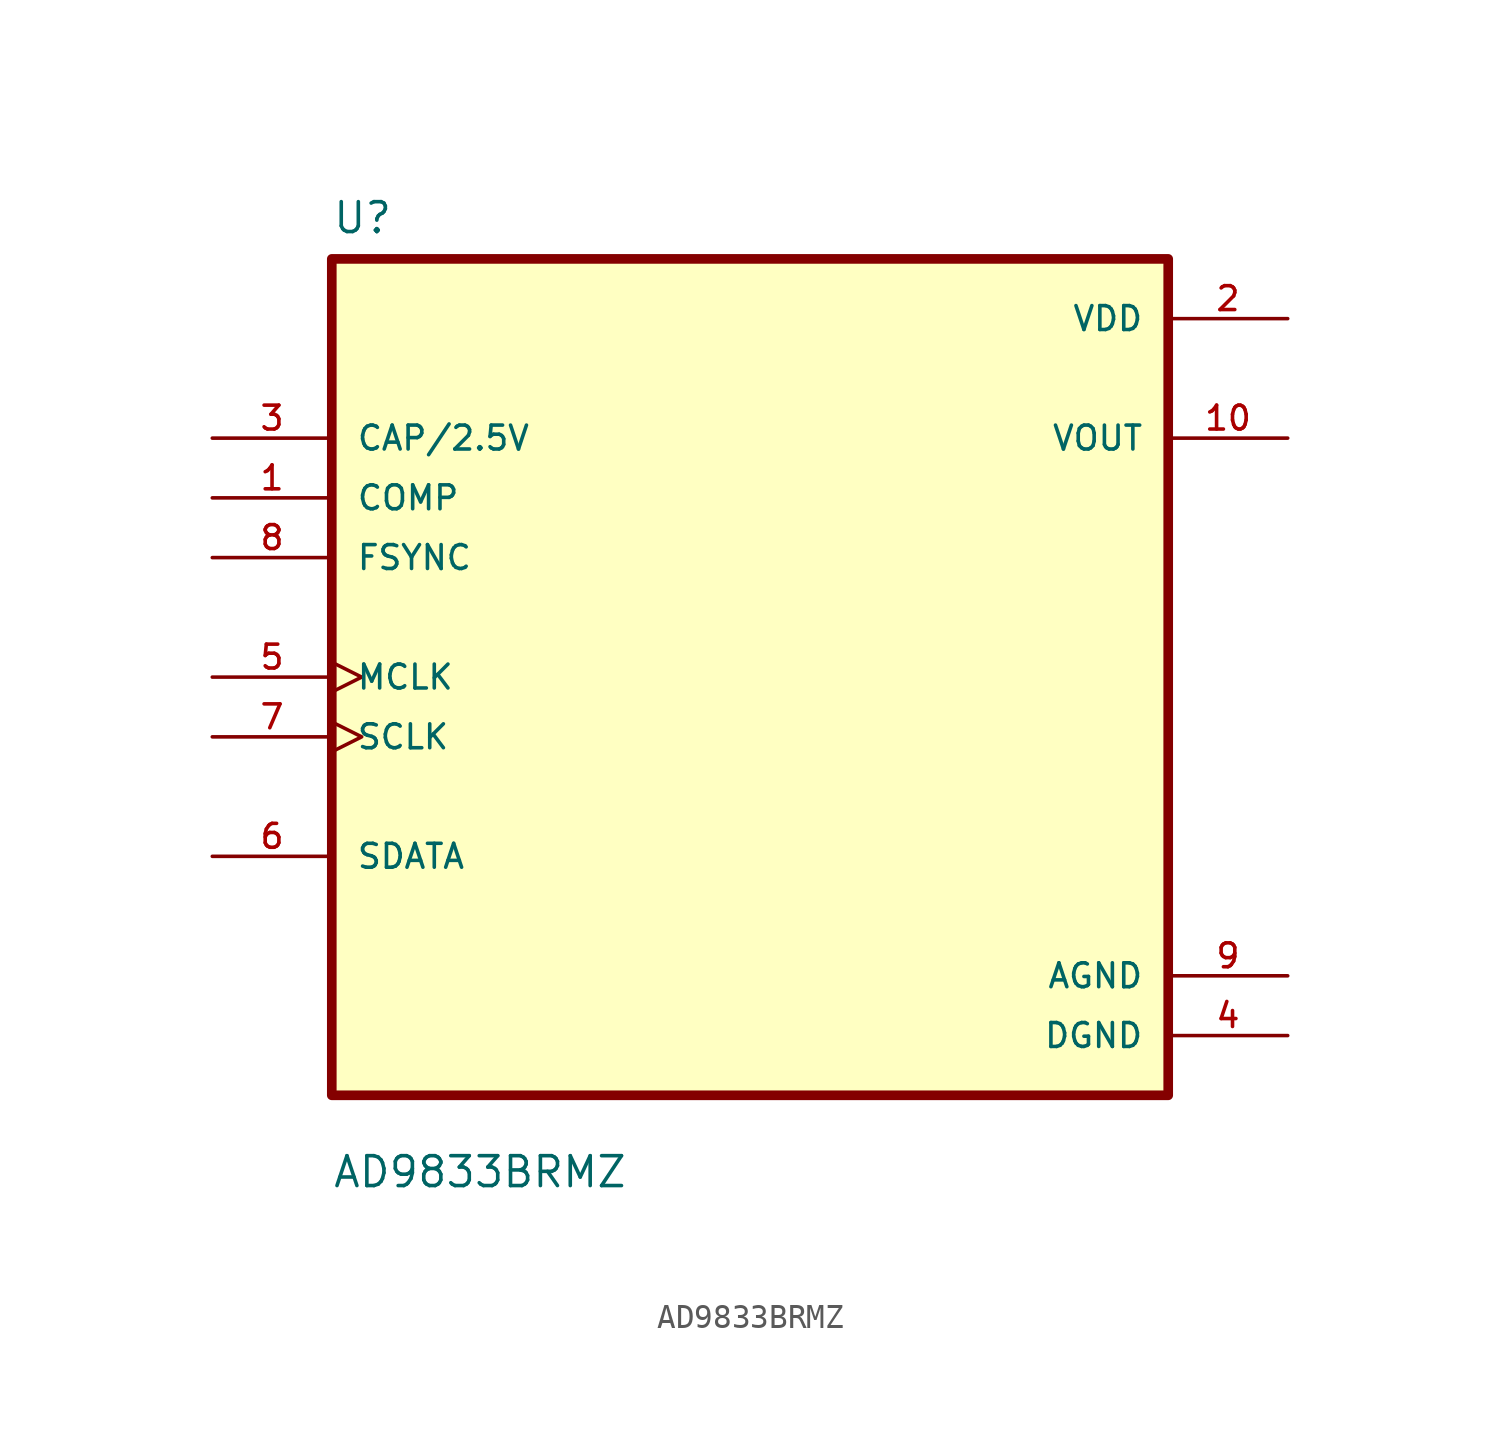
<source format=kicad_sym>
(kicad_symbol_lib
  (version 20211014)
  (generator kicad_symbol_editor)
  (symbol "AD9833BRMZ"
    (pin_names
      (offset 1.016))
    (property "Reference" "U"
      (at -17.78 18.78 0.0)
      (effects (font (size 1.27 1.27)) (justify bottom left)))
    (property "Value" "AD9833BRMZ"
      (at -17.78 -21.78 0.0)
      (effects (font (size 1.27 1.27)) (justify bottom left)))
    (symbol "AD9833BRMZ_0_0"
      (rectangle (start -17.78 -17.78) (end 17.78 17.78) (stroke (width 0.41)) (fill (type background)))
      (pin input line (at -22.86 10.16 0) (length 5.08) (name "CAP/2.5V" (effects (font (size 1.016 1.016)))) (number "3" (effects (font (size 1.016 1.016)))))
      (pin input line (at -22.86 7.62 0) (length 5.08) (name "COMP" (effects (font (size 1.016 1.016)))) (number "1" (effects (font (size 1.016 1.016)))))
      (pin input line (at -22.86 5.08 0) (length 5.08) (name "FSYNC" (effects (font (size 1.016 1.016)))) (number "8" (effects (font (size 1.016 1.016)))))
      (pin input clock (at -22.86 0.0 0) (length 5.08) (name "MCLK" (effects (font (size 1.016 1.016)))) (number "5" (effects (font (size 1.016 1.016)))))
      (pin input clock (at -22.86 -2.54 0) (length 5.08) (name "SCLK" (effects (font (size 1.016 1.016)))) (number "7" (effects (font (size 1.016 1.016)))))
      (pin input line (at -22.86 -7.62 0) (length 5.08) (name "SDATA" (effects (font (size 1.016 1.016)))) (number "6" (effects (font (size 1.016 1.016)))))
      (pin power_in line (at 22.86 15.24 180.0) (length 5.08) (name "VDD" (effects (font (size 1.016 1.016)))) (number "2" (effects (font (size 1.016 1.016)))))
      (pin output line (at 22.86 10.16 180.0) (length 5.08) (name "VOUT" (effects (font (size 1.016 1.016)))) (number "10" (effects (font (size 1.016 1.016)))))
      (pin power_in line (at 22.86 -12.7 180.0) (length 5.08) (name "AGND" (effects (font (size 1.016 1.016)))) (number "9" (effects (font (size 1.016 1.016)))))
      (pin power_in line (at 22.86 -15.24 180.0) (length 5.08) (name "DGND" (effects (font (size 1.016 1.016)))) (number "4" (effects (font (size 1.016 1.016))))))))
</source>
